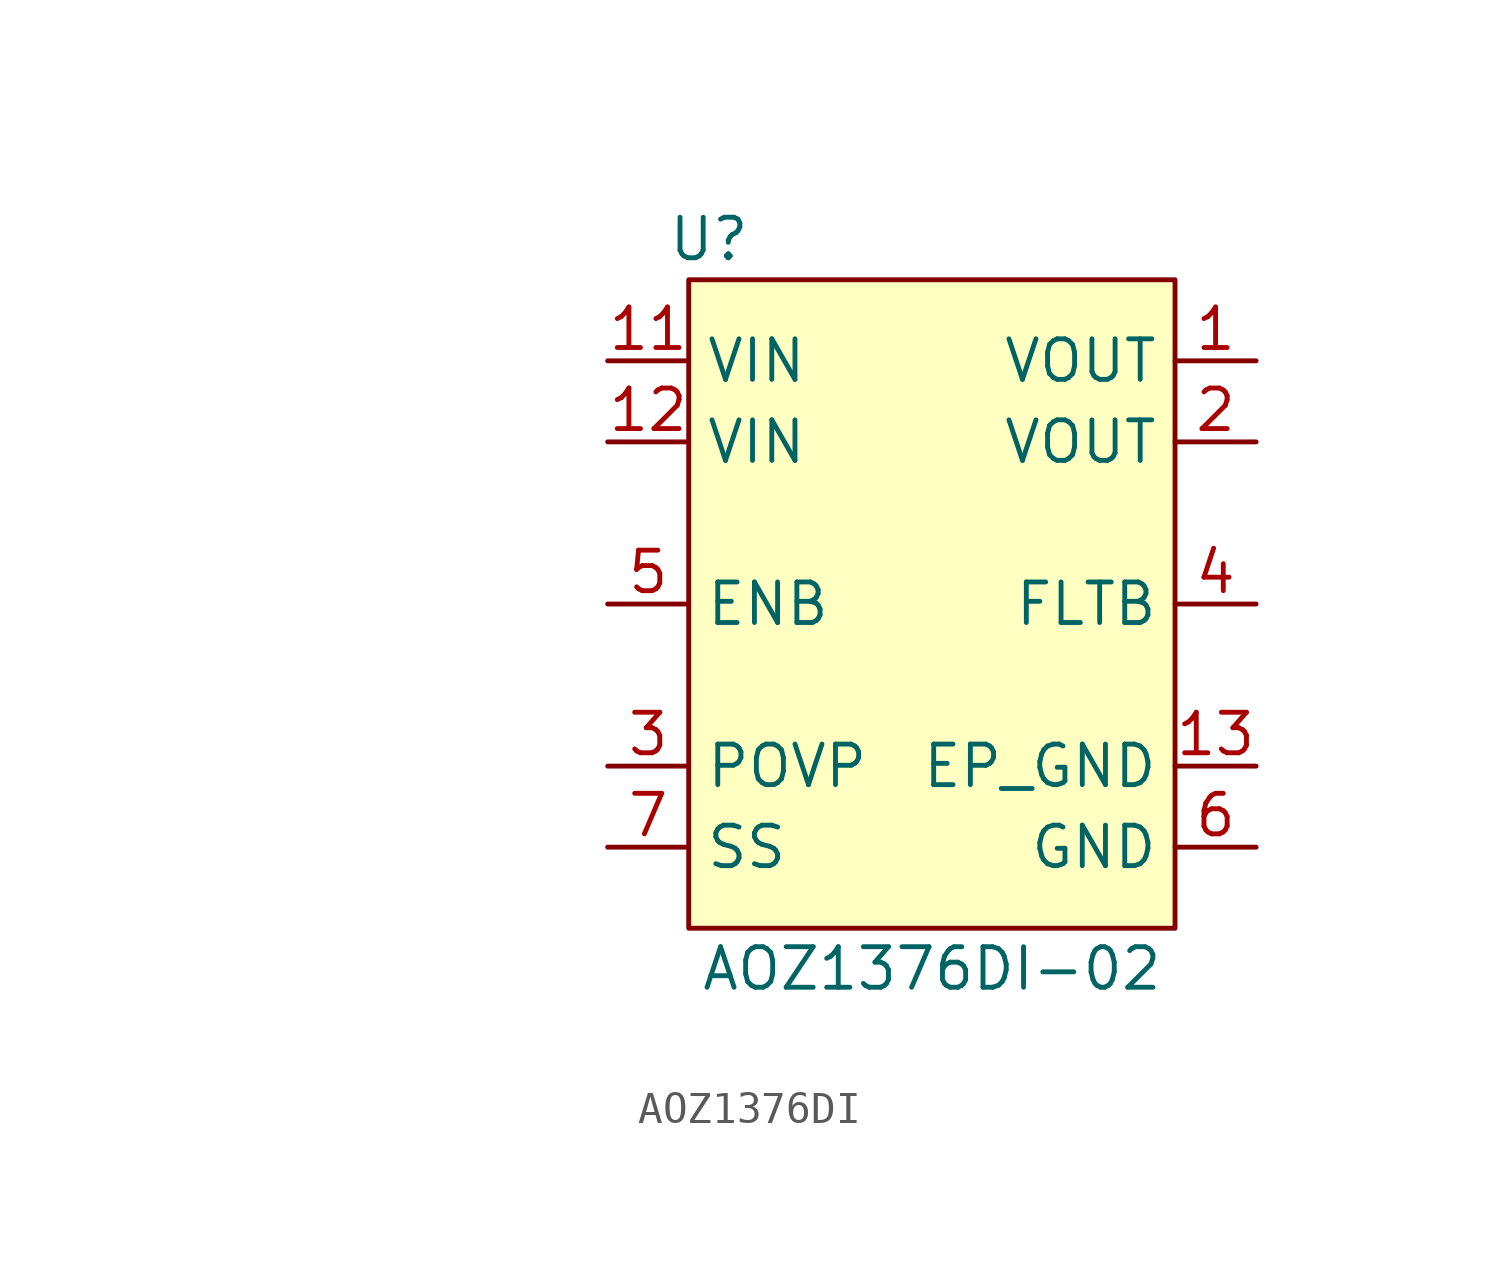
<source format=kicad_sym>
(kicad_symbol_lib
  (version 20220914)
  (generator kicad_symbol_editor)
  (symbol "AOZ1376DI"
    (property "Reference" "U"
      (at 0.635 1.27 0)
      (effects (font (size 1.27 1.27))))
    (property "Value" "AOZ1376DI-02"
      (at 7.62 -21.59 0)
      (effects (font (size 1.27 1.27))))
    (symbol "AOZ1376DI_1_0"
      (rectangle (start 0 0) (end 15.24 -20.32) (stroke (width 0) (type default)) (fill (type background)))
      (pin power_out line (at 17.78 -2.54 180) (length 2.54) (name "VOUT" (effects (font (size 1.27 1.27)))) (number "1" (effects (font (size 1.27 1.27)))))
      (pin power_in line (at -2.54 -2.54 0) (length 2.54) (name "VIN" (effects (font (size 1.27 1.27)))) (number "11" (effects (font (size 1.27 1.27)))))
      (pin power_in line (at -2.54 -5.08 0) (length 2.54) (name "VIN" (effects (font (size 1.27 1.27)))) (number "12" (effects (font (size 1.27 1.27)))))
      (pin power_in line (at 17.78 -15.24 180) (length 2.54) (name "EP_GND" (effects (font (size 1.27 1.27)))) (number "13" (effects (font (size 1.27 1.27)))))
      (pin power_out line (at 17.78 -5.08 180) (length 2.54) (name "VOUT" (effects (font (size 1.27 1.27)))) (number "2" (effects (font (size 1.27 1.27)))))
      (pin input line (at -2.54 -15.24 0) (length 2.54) (name "POVP" (effects (font (size 1.27 1.27)))) (number "3" (effects (font (size 1.27 1.27)))))
      (pin open_collector line (at 17.78 -10.16 180) (length 2.54) (name "FLTB" (effects (font (size 1.27 1.27)))) (number "4" (effects (font (size 1.27 1.27)))))
      (pin input line (at -2.54 -10.16 0) (length 2.54) (name "ENB" (effects (font (size 1.27 1.27)))) (number "5" (effects (font (size 1.27 1.27)))))
      (pin power_in line (at 17.78 -17.78 180) (length 2.54) (name "GND" (effects (font (size 1.27 1.27)))) (number "6" (effects (font (size 1.27 1.27)))))
      (pin input line (at -2.54 -17.78 0) (length 2.54) (name "SS" (effects (font (size 1.27 1.27)))) (number "7" (effects (font (size 1.27 1.27))))))
    (symbol "AOZ1376DI_1_1"
      (pin passive line (at -13.97 -13.97 0) (length 2.54) hide (name "NC" (effects (font (size 1.27 1.27)))) (number "10" (effects (font (size 1.27 1.27)))))
      (pin passive line (at -13.97 -8.89 0) (length 2.54) hide (name "NC" (effects (font (size 1.27 1.27)))) (number "8" (effects (font (size 1.27 1.27)))))
      (pin passive line (at -13.97 -11.43 0) (length 2.54) hide (name "NC" (effects (font (size 1.27 1.27)))) (number "9" (effects (font (size 1.27 1.27))))))))
</source>
